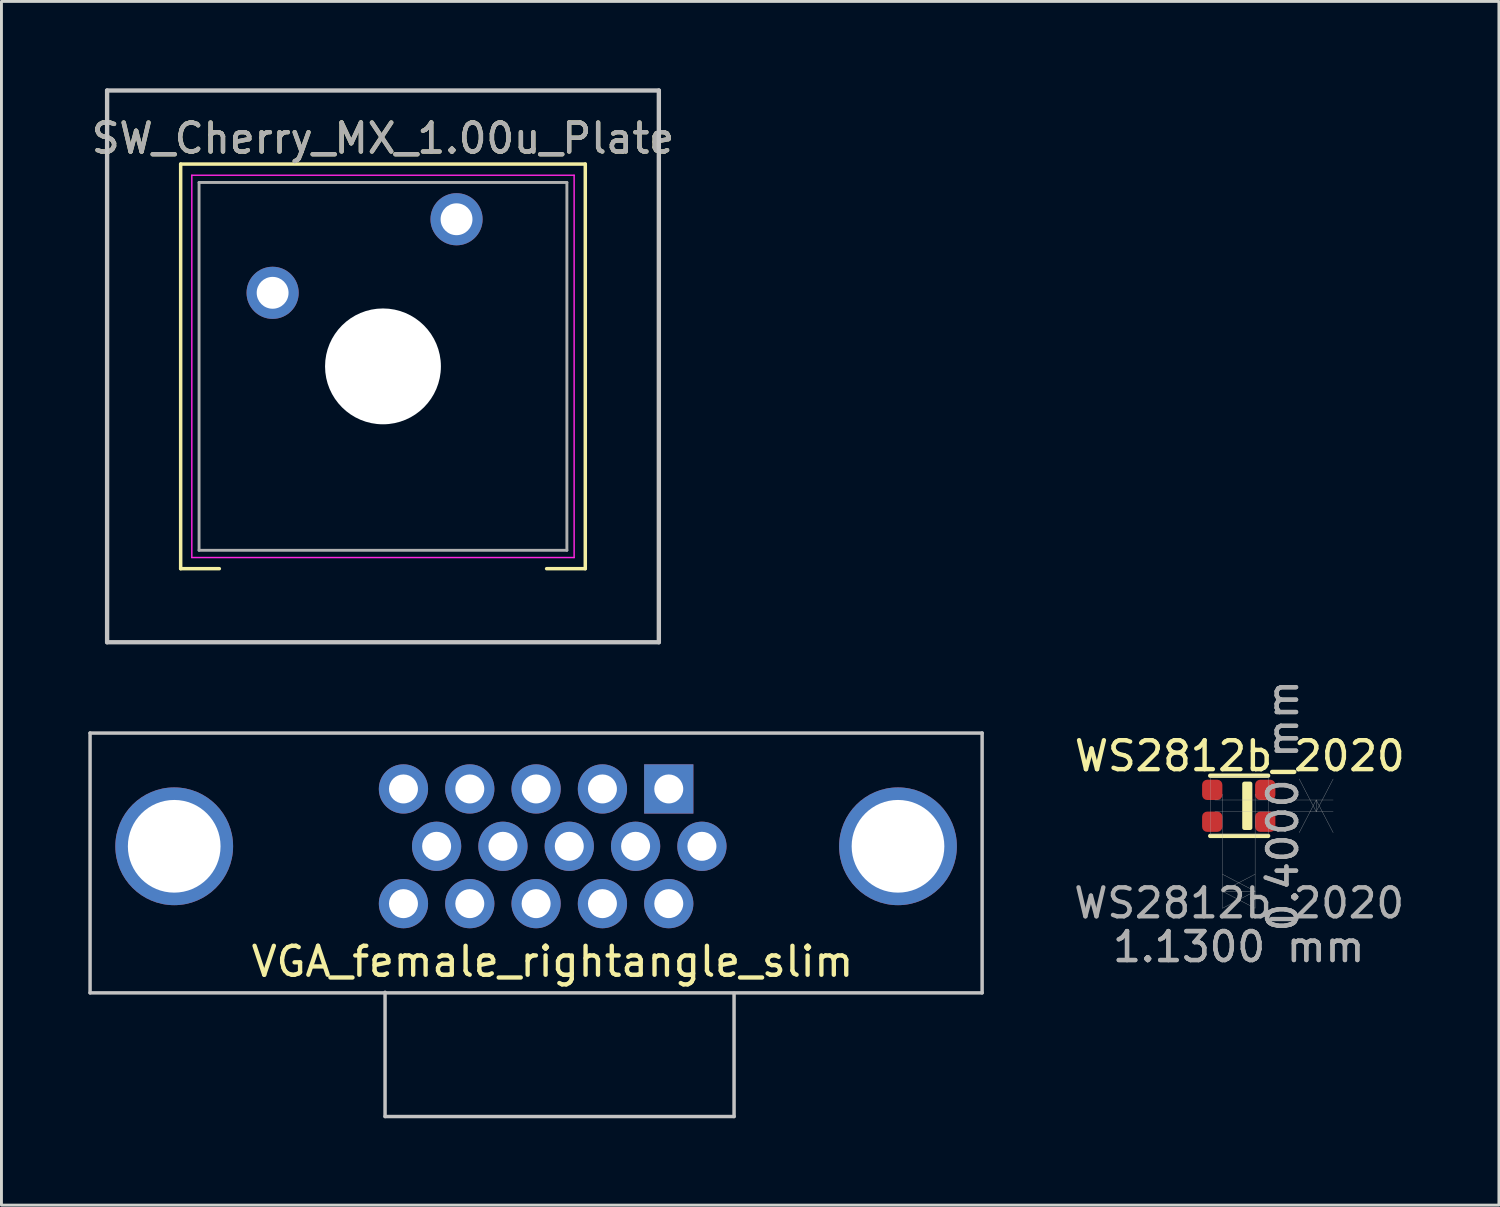
<source format=kicad_pcb>
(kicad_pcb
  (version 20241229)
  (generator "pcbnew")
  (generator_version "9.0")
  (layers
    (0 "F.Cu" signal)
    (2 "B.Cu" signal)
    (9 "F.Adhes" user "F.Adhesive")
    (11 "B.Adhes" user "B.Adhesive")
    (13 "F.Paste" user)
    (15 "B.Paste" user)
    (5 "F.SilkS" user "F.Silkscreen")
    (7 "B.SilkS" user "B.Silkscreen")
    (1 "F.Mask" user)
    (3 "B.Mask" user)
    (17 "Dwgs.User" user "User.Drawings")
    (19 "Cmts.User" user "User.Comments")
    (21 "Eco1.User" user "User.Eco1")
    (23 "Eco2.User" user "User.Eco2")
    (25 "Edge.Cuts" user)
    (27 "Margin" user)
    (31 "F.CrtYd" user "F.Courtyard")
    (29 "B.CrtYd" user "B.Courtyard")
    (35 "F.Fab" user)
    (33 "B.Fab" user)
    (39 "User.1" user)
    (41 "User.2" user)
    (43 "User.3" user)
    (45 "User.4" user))
  (footprint "WS2812b_2020"
    (layer "F.Cu")
    (at 38.805 24.222)
    (property "Reference" "WS2812b_2020" (at 0.95 -1.17 0) (unlocked yes) (layer "F.SilkS") (effects (font (size 1 1) (thickness 0.152))))
    (attr smd)
    (fp_line (start -0.07 -0.49) (end 1.93 -0.49) (stroke (width 0.15) (type default)) (layer "F.SilkS"))
    (fp_line (start -0.07 1.59) (end 1.93 1.59) (stroke (width 0.15) (type default)) (layer "F.SilkS"))
    (fp_rect (start 1.11 -0.21) (end 1.31 1.31) (stroke (width 0.15) (type solid)) (fill yes) (layer "F.SilkS"))
    (fp_rect (start -0.07 -0.45) (end 1.93 1.55) (stroke (width 0.01) (type default)) (fill no) (layer "F.Fab"))
    (fp_text user "${REFERENCE}" (at 0.93 3.91 0) (unlocked yes) (layer "F.Fab") (effects (font (size 1 1) (thickness 0.15))))
    (dimension (type aligned) (layer "F.Fab") (pts (xy 39.155 23.872) (xy 40.285 23.872)) (height 3.85) (format (prefix "") (suffix "") (units 3) (units_format 1) (precision 4)) (style (thickness 0.01) (arrow_length 1.27) (text_position_mode 2) (arrow_direction outward) (extension_height 0.586) (extension_offset 0.5) (keep_text_aligned yes)) (gr_text "1.1300 mm" (at 39.72 29.642 0) (layer "F.Fab") (effects (font (size 1 1) (thickness 0.15)))))
    (dimension (type aligned) (layer "F.Fab") (pts (xy 38.395 24.572) (xy 38.395 24.972)) (height -3.999) (format (prefix "") (suffix "") (units 3) (units_format 1) (precision 4)) (style (thickness 0.01) (arrow_length 1.27) (text_position_mode 0) (arrow_direction outward) (extension_height 0.586) (extension_offset 0.5) (keep_text_aligned yes)) (gr_text "0.4000 mm" (at 41.245 24.772 90) (layer "F.Fab") (effects (font (size 1 1) (thickness 0.15)))))
    (pad "1" smd roundrect (at 1.83 1.1) (size 0.7 0.7) (layers "F.Cu" "F.Mask" "F.Paste") (roundrect_rratio 0.25))
    (pad "2" smd roundrect (at 1.83 0) (size 0.7 0.7) (layers "F.Cu" "F.Mask" "F.Paste") (roundrect_rratio 0.25))
    (pad "3" smd roundrect (at 0 0) (size 0.7 0.7) (layers "F.Cu" "F.Mask" "F.Paste") (roundrect_rratio 0.25))
    (pad "4" smd roundrect (at 0 1.1) (size 0.7 0.7) (layers "F.Cu" "F.Mask" "F.Paste") (roundrect_rratio 0.25)))
  (footprint "VGA_female_rightangle_slim"
    (layer "F.Cu")
    (at 2.965 26.17)
    (property "Reference" "VGA_female_rightangle_slim" (at 13.06 3.98 0) (layer "F.SilkS") (effects (font (size 1 1) (thickness 0.15))))
    (attr through_hole)
    (fp_line (start -2.905 -3.91) (end -2.905 5.06) (stroke (width 0.12) (type solid)) (layer "Dwgs.User"))
    (fp_line (start -2.905 -3.91) (end 27.895 -3.91) (stroke (width 0.12) (type solid)) (layer "Dwgs.User"))
    (fp_line (start -2.905 5.06) (end 27.895 5.06) (stroke (width 0.12) (type solid)) (layer "Dwgs.User"))
    (fp_line (start 7.28 9.33) (end 7.28 5.04) (stroke (width 0.12) (type solid)) (layer "Dwgs.User"))
    (fp_line (start 19.33 5.08) (end 19.33 9.33) (stroke (width 0.12) (type solid)) (layer "Dwgs.User"))
    (fp_line (start 19.33 9.33) (end 7.28 9.33) (stroke (width 0.12) (type solid)) (layer "Dwgs.User"))
    (fp_line (start 27.895 -3.91) (end 27.895 5.06) (stroke (width 0.12) (type solid)) (layer "Dwgs.User"))
    (pad "1" thru_hole rect (at 17.075 -1.98 180) (size 1.7 1.7) (drill 1) (layers "*.Cu" "*.Mask"))
    (pad "2" thru_hole circle (at 14.785 -1.98 180) (size 1.7 1.7) (drill 1) (layers "*.Cu" "*.Mask"))
    (pad "3" thru_hole circle (at 12.495 -1.98 180) (size 1.7 1.7) (drill 1) (layers "*.Cu" "*.Mask"))
    (pad "4" thru_hole circle (at 10.205 -1.98 180) (size 1.7 1.7) (drill 1) (layers "*.Cu" "*.Mask"))
    (pad "5" thru_hole circle (at 7.915 -1.98 180) (size 1.7 1.7) (drill 1) (layers "*.Cu" "*.Mask"))
    (pad "6" thru_hole circle (at 18.22 0 180) (size 1.7 1.7) (drill 1) (layers "*.Cu" "*.Mask"))
    (pad "7" thru_hole circle (at 15.93 0 180) (size 1.7 1.7) (drill 1) (layers "*.Cu" "*.Mask"))
    (pad "8" thru_hole circle (at 13.64 0 180) (size 1.7 1.7) (drill 1) (layers "*.Cu" "*.Mask"))
    (pad "9" thru_hole circle (at 11.35 0 180) (size 1.7 1.7) (drill 1) (layers "*.Cu" "*.Mask"))
    (pad "10" thru_hole circle (at 9.06 0 180) (size 1.7 1.7) (drill 1) (layers "*.Cu" "*.Mask"))
    (pad "11" thru_hole circle (at 17.075 1.98 180) (size 1.7 1.7) (drill 1) (layers "*.Cu" "*.Mask"))
    (pad "12" thru_hole circle (at 14.785 1.98 180) (size 1.7 1.7) (drill 1) (layers "*.Cu" "*.Mask"))
    (pad "13" thru_hole circle (at 12.495 1.98 180) (size 1.7 1.7) (drill 1) (layers "*.Cu" "*.Mask"))
    (pad "14" thru_hole circle (at 10.205 1.98 180) (size 1.7 1.7) (drill 1) (layers "*.Cu" "*.Mask"))
    (pad "15" thru_hole circle (at 7.915 1.98 180) (size 1.7 1.7) (drill 1) (layers "*.Cu" "*.Mask"))
    (pad "S1" thru_hole circle (at 0 0) (size 4.066 4.066) (drill 3.2) (layers "*.Cu" "*.Mask"))
    (pad "S2" thru_hole circle (at 24.99 0) (size 4.066 4.066) (drill 3.2) (layers "*.Cu" "*.Mask")))
  (footprint "SW_Cherry_MX_1.00u_Plate"
    (layer "F.Cu")
    (at 12.713 4.52)
    (property "Reference" "SW_Cherry_MX_1.00u_Plate" (at -2.54 -2.794 0) (layer "F.SilkS") (effects (font (size 1 1) (thickness 0.15))))
    (attr through_hole)
    (fp_line (start -9.525 -1.905) (end 4.445 -1.905) (stroke (width 0.12) (type solid)) (layer "F.SilkS"))
    (fp_line (start -9.525 12.065) (end -9.525 -1.905) (stroke (width 0.12) (type solid)) (layer "F.SilkS"))
    (fp_line (start -8.19 12.065) (end -9.525 12.065) (stroke (width 0.12) (type solid)) (layer "F.SilkS"))
    (fp_line (start 4.445 -1.905) (end 4.445 12.065) (stroke (width 0.12) (type solid)) (layer "F.SilkS"))
    (fp_line (start 4.445 12.065) (end 3.11 12.065) (stroke (width 0.12) (type solid)) (layer "F.SilkS"))
    (fp_line (start -12.065 -4.445) (end 6.985 -4.445) (stroke (width 0.15) (type solid)) (layer "Dwgs.User"))
    (fp_line (start -12.065 14.605) (end -12.065 -4.445) (stroke (width 0.15) (type solid)) (layer "Dwgs.User"))
    (fp_line (start 6.985 -4.445) (end 6.985 14.605) (stroke (width 0.15) (type solid)) (layer "Dwgs.User"))
    (fp_line (start 6.985 14.605) (end -12.065 14.605) (stroke (width 0.15) (type solid)) (layer "Dwgs.User"))
    (fp_line (start -9.14 -1.52) (end 4.06 -1.52) (stroke (width 0.05) (type solid)) (layer "F.CrtYd"))
    (fp_line (start -9.14 11.68) (end -9.14 -1.52) (stroke (width 0.05) (type solid)) (layer "F.CrtYd"))
    (fp_line (start 4.06 -1.52) (end 4.06 11.68) (stroke (width 0.05) (type solid)) (layer "F.CrtYd"))
    (fp_line (start 4.06 11.68) (end -9.14 11.68) (stroke (width 0.05) (type solid)) (layer "F.CrtYd"))
    (fp_line (start -8.89 -1.27) (end 3.81 -1.27) (stroke (width 0.1) (type solid)) (layer "F.Fab"))
    (fp_line (start -8.89 11.43) (end -8.89 -1.27) (stroke (width 0.1) (type solid)) (layer "F.Fab"))
    (fp_line (start 3.81 -1.27) (end 3.81 11.43) (stroke (width 0.1) (type solid)) (layer "F.Fab"))
    (fp_line (start 3.81 11.43) (end -8.89 11.43) (stroke (width 0.1) (type solid)) (layer "F.Fab"))
    (fp_text user "${REFERENCE}" (at -2.54 -2.794 0) (layer "F.Fab") (effects (font (size 1 1) (thickness 0.15))))
    (pad "" np_thru_hole circle (at -2.54 5.08) (size 4 4) (drill 4) (layers "*.Cu" "*.Mask"))
    (pad "1" thru_hole circle (at 0 0) (size 1.8 1.8) (drill 1.1) (layers "*.Cu" "*.Mask"))
    (pad "2" thru_hole circle (at -6.35 2.54) (size 1.8 1.8) (drill 1.1) (layers "*.Cu" "*.Mask")))
  (gr_rect
    (start -3 -3)
    (end 48.703 38.56)
    (stroke (width 0.1) (type default))
    (fill no)
    (layer "Edge.Cuts")))
</source>
